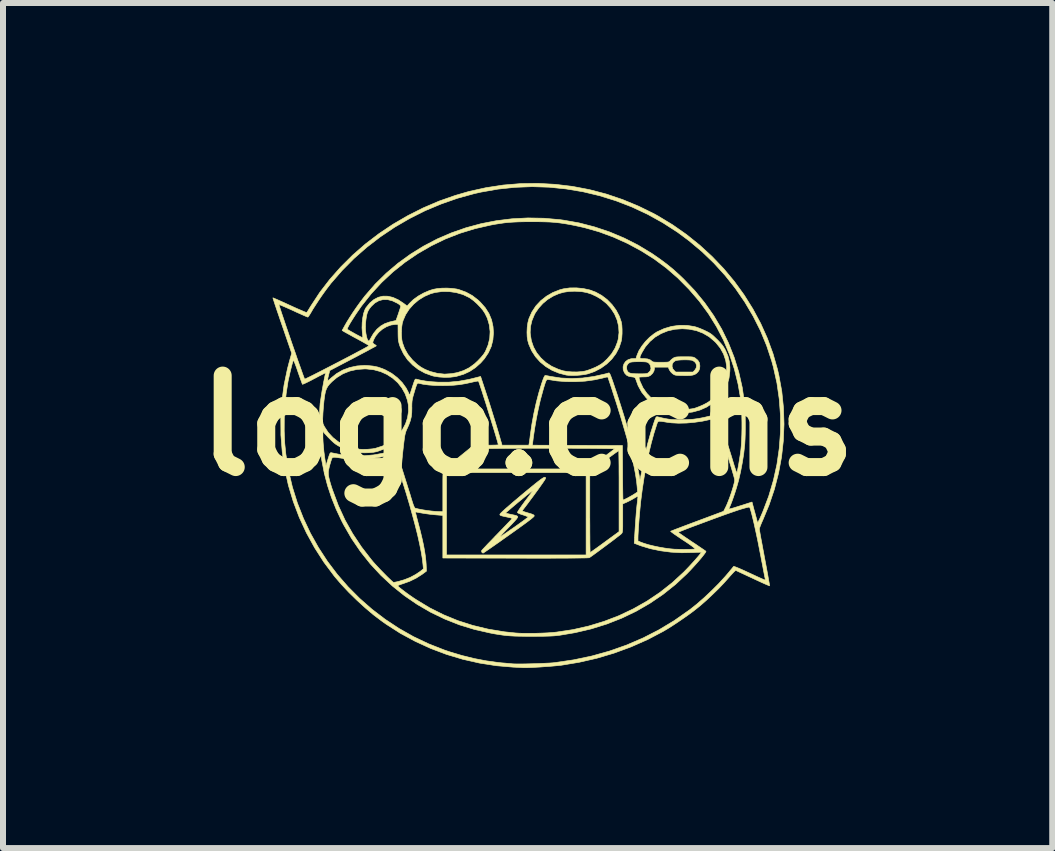
<source format=kicad_pcb>
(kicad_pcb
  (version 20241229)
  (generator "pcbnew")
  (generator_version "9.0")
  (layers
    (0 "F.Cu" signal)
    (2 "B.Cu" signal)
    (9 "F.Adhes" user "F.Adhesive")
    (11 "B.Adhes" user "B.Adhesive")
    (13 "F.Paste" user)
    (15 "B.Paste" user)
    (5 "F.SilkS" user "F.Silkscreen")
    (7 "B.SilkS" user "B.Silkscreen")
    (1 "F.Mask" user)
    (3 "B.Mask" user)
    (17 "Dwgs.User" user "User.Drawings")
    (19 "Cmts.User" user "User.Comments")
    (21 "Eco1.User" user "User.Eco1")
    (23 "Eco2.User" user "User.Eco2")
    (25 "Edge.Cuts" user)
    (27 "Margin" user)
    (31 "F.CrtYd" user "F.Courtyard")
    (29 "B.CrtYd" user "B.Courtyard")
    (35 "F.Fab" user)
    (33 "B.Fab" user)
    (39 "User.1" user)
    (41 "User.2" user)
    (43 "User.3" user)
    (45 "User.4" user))
  (footprint "logo.cchs"
    (layer "F.Cu")
    (at 5.74 4.042)
    (property "Reference" "logo.cchs" (at 0 0 0) (layer "F.SilkS") (effects (font (size 1.524 1.524) (thickness 0.3))))
    (attr through_hole)
    (fp_poly (pts (xy 0.927 -2.285) (xy 1.037 -2.261) (xy 1.134 -2.225) (xy 1.234 -2.17) (xy 1.326 -2.1) (xy 1.407 -2.017) (xy 1.475 -1.925) (xy 1.527 -1.826) (xy 1.56 -1.732) (xy 1.57 -1.676) (xy 1.574 -1.607) (xy 1.574 -1.534) (xy 1.569 -1.464) (xy 1.56 -1.408) (xy 1.525 -1.301) (xy 1.472 -1.201) (xy 1.403 -1.109) (xy 1.319 -1.028) (xy 1.222 -0.958) (xy 1.114 -0.902) (xy 1.006 -0.864) (xy 0.952 -0.852) (xy 0.886 -0.844) (xy 0.815 -0.838) (xy 0.745 -0.836) (xy 0.682 -0.839) (xy 0.645 -0.843) (xy 0.522 -0.875) (xy 0.408 -0.922) (xy 0.303 -0.985) (xy 0.211 -1.06) (xy 0.132 -1.148) (xy 0.068 -1.247) (xy 0.021 -1.354) (xy 0.004 -1.412) (xy -0.007 -1.479) (xy -0.01 -1.556) (xy 0.043 -1.556) (xy 0.045 -1.525) (xy 0.063 -1.414) (xy 0.099 -1.31) (xy 0.152 -1.214) (xy 0.222 -1.128) (xy 0.305 -1.052) (xy 0.402 -0.989) (xy 0.512 -0.94) (xy 0.589 -0.915) (xy 0.659 -0.902) (xy 0.739 -0.896) (xy 0.824 -0.895) (xy 0.904 -0.901) (xy 0.958 -0.91) (xy 0.999 -0.922) (xy 1.05 -0.94) (xy 1.104 -0.962) (xy 1.136 -0.976) (xy 1.188 -1.003) (xy 1.229 -1.028) (xy 1.266 -1.056) (xy 1.306 -1.093) (xy 1.324 -1.11) (xy 1.401 -1.199) (xy 1.459 -1.295) (xy 1.499 -1.398) (xy 1.51 -1.443) (xy 1.523 -1.551) (xy 1.516 -1.658) (xy 1.491 -1.761) (xy 1.449 -1.86) (xy 1.39 -1.951) (xy 1.316 -2.034) (xy 1.227 -2.106) (xy 1.148 -2.153) (xy 1.065 -2.192) (xy 0.985 -2.218) (xy 0.902 -2.233) (xy 0.808 -2.239) (xy 0.782 -2.24) (xy 0.686 -2.236) (xy 0.602 -2.223) (xy 0.523 -2.201) (xy 0.441 -2.166) (xy 0.412 -2.151) (xy 0.331 -2.101) (xy 0.254 -2.036) (xy 0.186 -1.961) (xy 0.13 -1.881) (xy 0.113 -1.849) (xy 0.072 -1.75) (xy 0.049 -1.653) (xy 0.043 -1.556) (xy -0.01 -1.556) (xy -0.01 -1.558) (xy -0.006 -1.64) (xy 0.005 -1.718) (xy 0.023 -1.786) (xy 0.023 -1.786) (xy 0.072 -1.895) (xy 0.138 -1.995) (xy 0.219 -2.082) (xy 0.314 -2.157) (xy 0.42 -2.218) (xy 0.536 -2.264) (xy 0.597 -2.28) (xy 0.701 -2.295) (xy 0.813 -2.296) (xy 0.927 -2.285)) (stroke (width 0.01) (type solid)) (fill yes) (layer "F.SilkS"))
    (fp_poly (pts (xy 0.294 0.86) (xy 0.298 0.867) (xy 0.299 0.879) (xy 0.293 0.891) (xy 0.277 0.917) (xy 0.251 0.955) (xy 0.218 1.002) (xy 0.179 1.057) (xy 0.135 1.117) (xy 0.09 1.179) (xy 0.042 1.243) (xy -0.004 1.305) (xy -0.049 1.364) (xy -0.084 1.41) (xy -0.088 1.415) (xy -0.089 1.42) (xy -0.083 1.424) (xy -0.068 1.43) (xy -0.041 1.439) (xy 0.002 1.452) (xy 0.023 1.458) (xy 0.066 1.471) (xy 0.092 1.482) (xy 0.106 1.49) (xy 0.11 1.5) (xy 0.11 1.506) (xy 0.103 1.516) (xy 0.083 1.534) (xy 0.051 1.56) (xy 0.004 1.596) (xy -0.057 1.641) (xy -0.133 1.696) (xy -0.225 1.762) (xy -0.314 1.825) (xy -0.396 1.883) (xy -0.473 1.938) (xy -0.543 1.987) (xy -0.606 2.031) (xy -0.658 2.067) (xy -0.699 2.095) (xy -0.727 2.114) (xy -0.741 2.123) (xy -0.742 2.123) (xy -0.754 2.117) (xy -0.762 2.109) (xy -0.768 2.09) (xy -0.766 2.081) (xy -0.757 2.071) (xy -0.736 2.048) (xy -0.704 2.014) (xy -0.663 1.97) (xy -0.614 1.92) (xy -0.559 1.863) (xy -0.549 1.852) (xy -0.461 1.852) (xy -0.459 1.855) (xy -0.456 1.853) (xy -0.443 1.845) (xy -0.417 1.827) (xy -0.378 1.8) (xy -0.33 1.767) (xy -0.275 1.728) (xy -0.215 1.687) (xy -0.156 1.645) (xy -0.103 1.607) (xy -0.057 1.574) (xy -0.022 1.547) (xy 0.001 1.53) (xy 0.01 1.522) (xy 0.01 1.522) (xy 0.001 1.516) (xy -0.023 1.506) (xy -0.058 1.493) (xy -0.077 1.487) (xy -0.116 1.474) (xy -0.148 1.461) (xy -0.166 1.45) (xy -0.169 1.447) (xy -0.165 1.435) (xy -0.15 1.41) (xy -0.126 1.374) (xy -0.095 1.33) (xy -0.059 1.281) (xy -0.054 1.273) (xy -0.007 1.212) (xy 0.028 1.165) (xy 0.053 1.131) (xy 0.069 1.108) (xy 0.077 1.095) (xy 0.079 1.089) (xy 0.075 1.09) (xy 0.066 1.095) (xy 0.063 1.097) (xy 0.046 1.11) (xy 0.018 1.133) (xy -0.02 1.163) (xy -0.064 1.2) (xy -0.113 1.24) (xy -0.163 1.281) (xy -0.213 1.323) (xy -0.259 1.362) (xy -0.3 1.397) (xy -0.333 1.425) (xy -0.356 1.445) (xy -0.365 1.454) (xy -0.365 1.454) (xy -0.356 1.459) (xy -0.331 1.466) (xy -0.295 1.474) (xy -0.267 1.48) (xy -0.22 1.49) (xy -0.189 1.498) (xy -0.172 1.507) (xy -0.165 1.516) (xy -0.164 1.518) (xy -0.169 1.532) (xy -0.186 1.557) (xy -0.218 1.593) (xy -0.264 1.642) (xy -0.286 1.665) (xy -0.348 1.728) (xy -0.395 1.777) (xy -0.429 1.814) (xy -0.451 1.839) (xy -0.461 1.852) (xy -0.549 1.852) (xy -0.509 1.811) (xy -0.451 1.751) (xy -0.397 1.695) (xy -0.35 1.646) (xy -0.311 1.605) (xy -0.281 1.574) (xy -0.262 1.553) (xy -0.257 1.546) (xy -0.265 1.542) (xy -0.289 1.534) (xy -0.325 1.526) (xy -0.358 1.519) (xy -0.405 1.509) (xy -0.436 1.501) (xy -0.453 1.494) (xy -0.461 1.486) (xy -0.462 1.478) (xy -0.456 1.468) (xy -0.438 1.448) (xy -0.407 1.419) (xy -0.363 1.379) (xy -0.304 1.328) (xy -0.231 1.265) (xy -0.143 1.191) (xy -0.102 1.156) (xy -0.012 1.081) (xy 0.064 1.019) (xy 0.126 0.968) (xy 0.177 0.928) (xy 0.217 0.898) (xy 0.247 0.877) (xy 0.27 0.864) (xy 0.285 0.859) (xy 0.294 0.86)) (stroke (width 0.01) (type solid)) (fill yes) (layer "F.SilkS"))
    (fp_poly (pts (xy 2.656 -1.671) (xy 2.781 -1.651) (xy 2.82 -1.639) (xy 2.869 -1.621) (xy 2.921 -1.599) (xy 2.956 -1.583) (xy 3.003 -1.56) (xy 3.04 -1.539) (xy 3.072 -1.516) (xy 3.105 -1.487) (xy 3.144 -1.449) (xy 3.16 -1.434) (xy 3.205 -1.387) (xy 3.238 -1.349) (xy 3.264 -1.313) (xy 3.287 -1.275) (xy 3.3 -1.249) (xy 3.339 -1.157) (xy 3.362 -1.066) (xy 3.371 -0.971) (xy 3.37 -0.909) (xy 3.356 -0.793) (xy 3.324 -0.686) (xy 3.273 -0.585) (xy 3.203 -0.49) (xy 3.177 -0.461) (xy 3.086 -0.378) (xy 2.983 -0.31) (xy 2.87 -0.26) (xy 2.748 -0.227) (xy 2.619 -0.212) (xy 2.49 -0.215) (xy 2.366 -0.236) (xy 2.248 -0.275) (xy 2.136 -0.334) (xy 2.068 -0.381) (xy 1.977 -0.463) (xy 1.901 -0.558) (xy 1.842 -0.665) (xy 1.801 -0.777) (xy 1.794 -0.795) (xy 1.782 -0.805) (xy 1.776 -0.807) (xy 1.856 -0.807) (xy 1.857 -0.795) (xy 1.863 -0.769) (xy 1.874 -0.736) (xy 1.874 -0.736) (xy 1.922 -0.632) (xy 1.987 -0.539) (xy 2.066 -0.456) (xy 2.158 -0.386) (xy 2.261 -0.33) (xy 2.373 -0.29) (xy 2.44 -0.275) (xy 2.487 -0.27) (xy 2.547 -0.268) (xy 2.614 -0.27) (xy 2.68 -0.274) (xy 2.739 -0.281) (xy 2.779 -0.289) (xy 2.815 -0.301) (xy 2.862 -0.319) (xy 2.911 -0.34) (xy 2.936 -0.352) (xy 2.984 -0.377) (xy 3.024 -0.402) (xy 3.062 -0.432) (xy 3.104 -0.471) (xy 3.12 -0.487) (xy 3.164 -0.532) (xy 3.197 -0.571) (xy 3.223 -0.61) (xy 3.247 -0.654) (xy 3.25 -0.66) (xy 3.292 -0.767) (xy 3.314 -0.875) (xy 3.317 -0.984) (xy 3.3 -1.09) (xy 3.265 -1.193) (xy 3.212 -1.29) (xy 3.14 -1.38) (xy 3.118 -1.402) (xy 3.025 -1.481) (xy 2.922 -1.541) (xy 2.811 -1.584) (xy 2.689 -1.608) (xy 2.576 -1.615) (xy 2.452 -1.606) (xy 2.334 -1.579) (xy 2.225 -1.535) (xy 2.125 -1.476) (xy 2.037 -1.401) (xy 1.962 -1.313) (xy 1.911 -1.229) (xy 1.887 -1.183) (xy 1.874 -1.152) (xy 1.872 -1.132) (xy 1.881 -1.122) (xy 1.903 -1.118) (xy 1.936 -1.118) (xy 1.999 -1.112) (xy 2.045 -1.095) (xy 2.072 -1.073) (xy 2.081 -1.066) (xy 2.098 -1.061) (xy 2.125 -1.058) (xy 2.166 -1.057) (xy 2.22 -1.057) (xy 2.275 -1.057) (xy 2.314 -1.058) (xy 2.339 -1.06) (xy 2.355 -1.064) (xy 2.365 -1.07) (xy 2.374 -1.08) (xy 2.375 -1.081) (xy 2.397 -1.103) (xy 2.425 -1.124) (xy 2.429 -1.127) (xy 2.445 -1.135) (xy 2.462 -1.141) (xy 2.485 -1.145) (xy 2.518 -1.147) (xy 2.564 -1.148) (xy 2.612 -1.148) (xy 2.671 -1.148) (xy 2.713 -1.147) (xy 2.742 -1.145) (xy 2.763 -1.141) (xy 2.779 -1.134) (xy 2.794 -1.126) (xy 2.794 -1.125) (xy 2.836 -1.09) (xy 2.86 -1.053) (xy 2.869 -1.007) (xy 2.87 -0.991) (xy 2.866 -0.951) (xy 2.855 -0.921) (xy 2.842 -0.901) (xy 2.818 -0.875) (xy 2.79 -0.856) (xy 2.754 -0.843) (xy 2.707 -0.836) (xy 2.646 -0.834) (xy 2.588 -0.835) (xy 2.533 -0.836) (xy 2.494 -0.838) (xy 2.467 -0.841) (xy 2.447 -0.847) (xy 2.432 -0.855) (xy 2.416 -0.866) (xy 2.413 -0.868) (xy 2.386 -0.895) (xy 2.364 -0.927) (xy 2.359 -0.936) (xy 2.344 -0.975) (xy 2.113 -0.975) (xy 2.113 -0.947) (xy 2.105 -0.91) (xy 2.082 -0.871) (xy 2.049 -0.84) (xy 2.04 -0.833) (xy 2.012 -0.821) (xy 1.977 -0.814) (xy 1.935 -0.813) (xy 1.898 -0.812) (xy 1.87 -0.81) (xy 1.857 -0.807) (xy 1.856 -0.807) (xy 1.776 -0.807) (xy 1.76 -0.81) (xy 1.737 -0.813) (xy 1.687 -0.822) (xy 1.65 -0.84) (xy 1.622 -0.87) (xy 1.613 -0.883) (xy 1.593 -0.932) (xy 1.592 -0.962) (xy 1.648 -0.962) (xy 1.657 -0.921) (xy 1.66 -0.916) (xy 1.673 -0.896) (xy 1.691 -0.882) (xy 1.716 -0.873) (xy 1.751 -0.867) (xy 1.801 -0.865) (xy 1.857 -0.864) (xy 1.911 -0.864) (xy 1.949 -0.865) (xy 1.975 -0.867) (xy 1.993 -0.871) (xy 2.006 -0.878) (xy 2.019 -0.889) (xy 2.023 -0.892) (xy 2.046 -0.919) (xy 2.055 -0.95) (xy 2.055 -0.957) (xy 2.05 -0.987) (xy 2.407 -0.987) (xy 2.419 -0.948) (xy 2.438 -0.924) (xy 2.467 -0.894) (xy 2.755 -0.894) (xy 2.785 -0.924) (xy 2.808 -0.96) (xy 2.815 -0.999) (xy 2.805 -1.036) (xy 2.781 -1.067) (xy 2.744 -1.088) (xy 2.732 -1.091) (xy 2.696 -1.095) (xy 2.649 -1.097) (xy 2.598 -1.097) (xy 2.547 -1.095) (xy 2.503 -1.091) (xy 2.471 -1.085) (xy 2.464 -1.083) (xy 2.43 -1.059) (xy 2.41 -1.025) (xy 2.407 -0.987) (xy 2.05 -0.987) (xy 2.048 -0.998) (xy 2.028 -1.034) (xy 1.997 -1.056) (xy 1.995 -1.057) (xy 1.971 -1.062) (xy 1.933 -1.065) (xy 1.885 -1.066) (xy 1.834 -1.066) (xy 1.784 -1.065) (xy 1.742 -1.062) (xy 1.713 -1.057) (xy 1.708 -1.056) (xy 1.675 -1.034) (xy 1.654 -1.001) (xy 1.648 -0.962) (xy 1.592 -0.962) (xy 1.591 -0.982) (xy 1.605 -1.028) (xy 1.632 -1.068) (xy 1.672 -1.098) (xy 1.722 -1.115) (xy 1.752 -1.118) (xy 1.805 -1.118) (xy 1.822 -1.171) (xy 1.854 -1.248) (xy 1.903 -1.326) (xy 1.964 -1.403) (xy 2.033 -1.473) (xy 2.108 -1.532) (xy 2.154 -1.562) (xy 2.274 -1.617) (xy 2.398 -1.654) (xy 2.527 -1.672) (xy 2.656 -1.671)) (stroke (width 0.01) (type solid)) (fill yes) (layer "F.SilkS"))
    (fp_poly (pts (xy 0.46 -4.021) (xy 0.746 -3.987) (xy 1.029 -3.933) (xy 1.308 -3.86) (xy 1.583 -3.767) (xy 1.851 -3.656) (xy 2.113 -3.527) (xy 2.169 -3.496) (xy 2.414 -3.348) (xy 2.647 -3.185) (xy 2.867 -3.008) (xy 3.074 -2.818) (xy 3.267 -2.616) (xy 3.445 -2.403) (xy 3.607 -2.179) (xy 3.753 -1.946) (xy 3.883 -1.704) (xy 3.995 -1.455) (xy 4.089 -1.198) (xy 4.164 -0.936) (xy 4.186 -0.84) (xy 4.235 -0.571) (xy 4.263 -0.299) (xy 4.272 -0.026) (xy 4.261 0.248) (xy 4.231 0.52) (xy 4.181 0.79) (xy 4.112 1.058) (xy 4.023 1.321) (xy 3.921 1.567) (xy 3.899 1.616) (xy 3.881 1.66) (xy 3.868 1.695) (xy 3.861 1.716) (xy 3.861 1.72) (xy 3.863 1.734) (xy 3.868 1.766) (xy 3.876 1.813) (xy 3.887 1.875) (xy 3.901 1.947) (xy 3.916 2.03) (xy 3.933 2.12) (xy 3.948 2.202) (xy 3.966 2.296) (xy 3.982 2.383) (xy 3.997 2.463) (xy 4.009 2.532) (xy 4.019 2.589) (xy 4.027 2.632) (xy 4.031 2.659) (xy 4.031 2.668) (xy 4.021 2.665) (xy 3.995 2.654) (xy 3.955 2.637) (xy 3.904 2.614) (xy 3.843 2.586) (xy 3.776 2.555) (xy 3.753 2.544) (xy 3.684 2.512) (xy 3.62 2.482) (xy 3.564 2.456) (xy 3.519 2.435) (xy 3.487 2.42) (xy 3.471 2.412) (xy 3.469 2.412) (xy 3.459 2.417) (xy 3.438 2.436) (xy 3.41 2.466) (xy 3.376 2.503) (xy 3.355 2.527) (xy 3.275 2.617) (xy 3.183 2.714) (xy 3.083 2.811) (xy 2.982 2.906) (xy 2.883 2.993) (xy 2.824 3.041) (xy 2.757 3.094) (xy 2.678 3.152) (xy 2.591 3.213) (xy 2.502 3.274) (xy 2.414 3.332) (xy 2.332 3.384) (xy 2.262 3.425) (xy 2.261 3.426) (xy 1.998 3.564) (xy 1.724 3.685) (xy 1.441 3.789) (xy 1.152 3.875) (xy 0.859 3.942) (xy 0.563 3.991) (xy 0.547 3.993) (xy 0.497 3.998) (xy 0.435 4.004) (xy 0.364 4.01) (xy 0.288 4.015) (xy 0.211 4.021) (xy 0.136 4.025) (xy 0.067 4.029) (xy 0.008 4.031) (xy -0.038 4.032) (xy -0.066 4.032) (xy -0.083 4.031) (xy -0.116 4.029) (xy -0.161 4.027) (xy -0.214 4.024) (xy -0.239 4.023) (xy -0.522 3.999) (xy -0.802 3.955) (xy -1.079 3.892) (xy -1.35 3.811) (xy -1.615 3.711) (xy -1.872 3.593) (xy -2.12 3.459) (xy -2.357 3.307) (xy -2.433 3.253) (xy -2.569 3.15) (xy -2.707 3.033) (xy -2.845 2.907) (xy -2.978 2.777) (xy -3.102 2.645) (xy -3.211 2.518) (xy -3.222 2.504) (xy -3.394 2.274) (xy -3.548 2.034) (xy -3.685 1.785) (xy -3.804 1.528) (xy -3.904 1.264) (xy -3.985 0.995) (xy -4.046 0.72) (xy -4.048 0.711) (xy -4.088 0.435) (xy -4.11 0.156) (xy -4.11 0.089) (xy -4.055 0.089) (xy -4.046 0.294) (xy -4.028 0.472) (xy -3.983 0.75) (xy -3.919 1.022) (xy -3.836 1.287) (xy -3.735 1.544) (xy -3.618 1.792) (xy -3.484 2.031) (xy -3.335 2.26) (xy -3.17 2.478) (xy -2.991 2.684) (xy -2.798 2.878) (xy -2.592 3.059) (xy -2.373 3.226) (xy -2.143 3.378) (xy -1.901 3.515) (xy -1.648 3.635) (xy -1.386 3.738) (xy -1.297 3.768) (xy -1.097 3.828) (xy -0.892 3.879) (xy -0.688 3.918) (xy -0.492 3.945) (xy -0.427 3.952) (xy -0.374 3.956) (xy -0.324 3.961) (xy -0.284 3.964) (xy -0.259 3.967) (xy -0.224 3.969) (xy -0.172 3.97) (xy -0.107 3.97) (xy -0.032 3.969) (xy 0.049 3.967) (xy 0.132 3.965) (xy 0.214 3.962) (xy 0.292 3.958) (xy 0.361 3.955) (xy 0.419 3.951) (xy 0.457 3.947) (xy 0.769 3.901) (xy 1.072 3.837) (xy 1.365 3.755) (xy 1.649 3.655) (xy 1.923 3.537) (xy 2.187 3.402) (xy 2.441 3.249) (xy 2.685 3.078) (xy 2.697 3.07) (xy 2.819 2.973) (xy 2.944 2.864) (xy 3.068 2.747) (xy 3.187 2.628) (xy 3.294 2.511) (xy 3.347 2.449) (xy 3.378 2.411) (xy 3.405 2.379) (xy 3.424 2.355) (xy 3.433 2.344) (xy 3.434 2.344) (xy 3.444 2.346) (xy 3.471 2.356) (xy 3.511 2.372) (xy 3.562 2.394) (xy 3.622 2.421) (xy 3.688 2.452) (xy 3.691 2.453) (xy 3.758 2.484) (xy 3.818 2.512) (xy 3.871 2.536) (xy 3.912 2.554) (xy 3.94 2.566) (xy 3.953 2.57) (xy 3.953 2.57) (xy 3.96 2.563) (xy 3.959 2.553) (xy 3.956 2.539) (xy 3.949 2.508) (xy 3.94 2.461) (xy 3.928 2.401) (xy 3.915 2.329) (xy 3.899 2.249) (xy 3.883 2.162) (xy 3.876 2.129) (xy 3.855 2.02) (xy 3.834 1.913) (xy 3.812 1.81) (xy 3.791 1.713) (xy 3.771 1.623) (xy 3.752 1.544) (xy 3.735 1.475) (xy 3.72 1.421) (xy 3.708 1.381) (xy 3.699 1.36) (xy 3.697 1.357) (xy 3.685 1.357) (xy 3.655 1.363) (xy 3.61 1.375) (xy 3.552 1.392) (xy 3.508 1.406) (xy 3.461 1.422) (xy 3.403 1.442) (xy 3.334 1.466) (xy 3.258 1.493) (xy 3.176 1.523) (xy 3.091 1.554) (xy 3.005 1.586) (xy 2.919 1.618) (xy 2.836 1.649) (xy 2.757 1.678) (xy 2.686 1.705) (xy 2.624 1.729) (xy 2.574 1.749) (xy 2.537 1.764) (xy 2.515 1.774) (xy 2.51 1.777) (xy 2.518 1.784) (xy 2.541 1.8) (xy 2.577 1.825) (xy 2.623 1.857) (xy 2.677 1.893) (xy 2.737 1.934) (xy 2.739 1.935) (xy 2.8 1.975) (xy 2.854 2.012) (xy 2.901 2.044) (xy 2.938 2.069) (xy 2.962 2.086) (xy 2.972 2.093) (xy 2.972 2.093) (xy 2.968 2.105) (xy 2.952 2.129) (xy 2.926 2.163) (xy 2.892 2.206) (xy 2.851 2.254) (xy 2.806 2.305) (xy 2.758 2.358) (xy 2.71 2.41) (xy 2.663 2.458) (xy 2.657 2.465) (xy 2.463 2.646) (xy 2.256 2.811) (xy 2.038 2.959) (xy 1.808 3.092) (xy 1.568 3.207) (xy 1.318 3.305) (xy 1.058 3.386) (xy 0.789 3.449) (xy 0.533 3.492) (xy 0.488 3.497) (xy 0.44 3.502) (xy 0.385 3.505) (xy 0.322 3.507) (xy 0.248 3.509) (xy 0.158 3.509) (xy 0.066 3.51) (xy -0.043 3.509) (xy -0.135 3.508) (xy -0.215 3.506) (xy -0.286 3.502) (xy -0.352 3.497) (xy -0.416 3.489) (xy -0.484 3.479) (xy -0.557 3.467) (xy -0.63 3.453) (xy -0.888 3.394) (xy -1.139 3.317) (xy -1.381 3.221) (xy -1.615 3.108) (xy -1.839 2.978) (xy -2.052 2.832) (xy -2.254 2.67) (xy -2.256 2.668) (xy -2.164 2.668) (xy -2.155 2.679) (xy -2.132 2.699) (xy -2.098 2.726) (xy -2.055 2.759) (xy -2.007 2.795) (xy -1.955 2.832) (xy -1.903 2.868) (xy -1.854 2.9) (xy -1.631 3.035) (xy -1.399 3.151) (xy -1.16 3.249) (xy -0.912 3.328) (xy -0.655 3.39) (xy -0.389 3.434) (xy -0.198 3.454) (xy -0.132 3.458) (xy -0.051 3.46) (xy 0.04 3.46) (xy 0.137 3.459) (xy 0.235 3.456) (xy 0.328 3.452) (xy 0.412 3.446) (xy 0.482 3.439) (xy 0.483 3.439) (xy 0.755 3.398) (xy 1.019 3.338) (xy 1.275 3.26) (xy 1.523 3.165) (xy 1.761 3.052) (xy 1.989 2.923) (xy 2.205 2.778) (xy 2.41 2.616) (xy 2.602 2.439) (xy 2.645 2.395) (xy 2.69 2.348) (xy 2.735 2.299) (xy 2.778 2.252) (xy 2.817 2.207) (xy 2.851 2.168) (xy 2.876 2.137) (xy 2.891 2.117) (xy 2.894 2.108) (xy 2.883 2.108) (xy 2.856 2.109) (xy 2.816 2.11) (xy 2.767 2.113) (xy 2.753 2.113) (xy 2.569 2.117) (xy 2.387 2.107) (xy 2.212 2.084) (xy 2.045 2.049) (xy 1.892 2.003) (xy 1.86 1.991) (xy 1.777 1.959) (xy 1.779 1.921) (xy 1.839 1.921) (xy 1.886 1.941) (xy 1.944 1.962) (xy 2.017 1.984) (xy 2.1 2.004) (xy 2.19 2.023) (xy 2.282 2.039) (xy 2.37 2.051) (xy 2.413 2.055) (xy 2.448 2.058) (xy 2.494 2.059) (xy 2.546 2.06) (xy 2.602 2.061) (xy 2.658 2.06) (xy 2.708 2.06) (xy 2.75 2.058) (xy 2.779 2.056) (xy 2.791 2.054) (xy 2.788 2.046) (xy 2.766 2.028) (xy 2.728 1.999) (xy 2.674 1.961) (xy 2.603 1.914) (xy 2.59 1.906) (xy 2.532 1.867) (xy 2.481 1.832) (xy 2.438 1.803) (xy 2.406 1.779) (xy 2.387 1.764) (xy 2.383 1.759) (xy 2.393 1.755) (xy 2.421 1.744) (xy 2.463 1.727) (xy 2.519 1.706) (xy 2.587 1.68) (xy 2.664 1.651) (xy 2.749 1.619) (xy 2.827 1.59) (xy 3.266 1.426) (xy 3.304 1.35) (xy 3.324 1.306) (xy 3.346 1.251) (xy 3.369 1.191) (xy 3.391 1.128) (xy 3.411 1.066) (xy 3.428 1.009) (xy 3.441 0.959) (xy 3.449 0.922) (xy 3.45 0.899) (xy 3.45 0.899) (xy 3.444 0.874) (xy 3.433 0.833) (xy 3.417 0.778) (xy 3.398 0.713) (xy 3.375 0.639) (xy 3.351 0.558) (xy 3.324 0.473) (xy 3.297 0.386) (xy 3.269 0.3) (xy 3.242 0.215) (xy 3.217 0.136) (xy 3.193 0.063) (xy 3.172 0.000332) (xy 3.154 -0.051) (xy 3.141 -0.089) (xy 3.132 -0.111) (xy 3.13 -0.115) (xy 3.117 -0.116) (xy 3.09 -0.113) (xy 3.053 -0.106) (xy 3.042 -0.103) (xy 2.914 -0.075) (xy 2.78 -0.056) (xy 2.647 -0.044) (xy 2.518 -0.041) (xy 2.399 -0.047) (xy 2.327 -0.056) (xy 2.268 -0.066) (xy 2.227 -0.072) (xy 2.198 -0.074) (xy 2.18 -0.071) (xy 2.169 -0.062) (xy 2.161 -0.047) (xy 2.154 -0.025) (xy 2.152 -0.02) (xy 2.105 0.127) (xy 2.06 0.291) (xy 2.017 0.469) (xy 1.978 0.659) (xy 1.942 0.856) (xy 1.911 1.059) (xy 1.885 1.26) (xy 1.879 1.321) (xy 1.872 1.393) (xy 1.865 1.471) (xy 1.858 1.552) (xy 1.852 1.631) (xy 1.847 1.706) (xy 1.843 1.772) (xy 1.84 1.825) (xy 1.839 1.862) (xy 1.839 1.862) (xy 1.839 1.921) (xy 1.779 1.921) (xy 1.783 1.851) (xy 1.793 1.689) (xy 1.803 1.548) (xy 1.812 1.428) (xy 1.822 1.327) (xy 1.824 1.311) (xy 1.83 1.262) (xy 1.834 1.221) (xy 1.838 1.191) (xy 1.839 1.177) (xy 1.839 1.176) (xy 1.831 1.178) (xy 1.81 1.188) (xy 1.781 1.205) (xy 1.775 1.209) (xy 1.732 1.234) (xy 1.683 1.259) (xy 1.648 1.276) (xy 1.585 1.303) (xy 1.585 1.54) (xy 1.585 1.615) (xy 1.585 1.673) (xy 1.584 1.716) (xy 1.582 1.747) (xy 1.579 1.768) (xy 1.576 1.782) (xy 1.57 1.792) (xy 1.563 1.8) (xy 1.562 1.801) (xy 1.55 1.812) (xy 1.523 1.833) (xy 1.485 1.862) (xy 1.439 1.898) (xy 1.386 1.938) (xy 1.328 1.981) (xy 1.27 2.024) (xy 1.212 2.067) (xy 1.158 2.107) (xy 1.11 2.142) (xy 1.07 2.171) (xy 1.041 2.191) (xy 1.028 2.2) (xy 1.015 2.201) (xy 0.981 2.203) (xy 0.928 2.204) (xy 0.855 2.205) (xy 0.763 2.206) (xy 0.651 2.207) (xy 0.519 2.207) (xy 0.369 2.208) (xy 0.2 2.208) (xy 0.012 2.208) (xy -0.194 2.207) (xy -0.201 2.207) (xy -1.412 2.205) (xy -1.412 1.495) (xy -1.501 1.488) (xy -1.559 1.483) (xy -1.625 1.476) (xy -1.692 1.467) (xy -1.755 1.457) (xy -1.807 1.448) (xy -1.83 1.444) (xy -1.854 1.439) (xy -1.868 1.438) (xy -1.869 1.439) (xy -1.867 1.449) (xy -1.86 1.477) (xy -1.85 1.517) (xy -1.837 1.567) (xy -1.825 1.613) (xy -1.788 1.755) (xy -1.758 1.88) (xy -1.734 1.99) (xy -1.716 2.088) (xy -1.703 2.175) (xy -1.694 2.255) (xy -1.69 2.311) (xy -1.685 2.423) (xy -1.758 2.477) (xy -1.857 2.54) (xy -1.966 2.593) (xy -2.078 2.633) (xy -2.081 2.634) (xy -2.118 2.646) (xy -2.147 2.657) (xy -2.162 2.666) (xy -2.164 2.668) (xy -2.256 2.668) (xy -2.444 2.493) (xy -2.621 2.302) (xy -2.784 2.097) (xy -2.933 1.879) (xy -3.066 1.648) (xy -3.098 1.586) (xy -3.19 1.39) (xy -3.268 1.195) (xy -3.333 0.998) (xy -3.387 0.793) (xy -3.387 0.792) (xy -3.32 0.792) (xy -3.318 0.825) (xy -3.311 0.864) (xy -3.299 0.913) (xy -3.282 0.973) (xy -3.258 1.048) (xy -3.246 1.082) (xy -3.153 1.331) (xy -3.043 1.57) (xy -2.914 1.8) (xy -2.767 2.021) (xy -2.602 2.234) (xy -2.571 2.271) (xy -2.538 2.308) (xy -2.499 2.35) (xy -2.456 2.396) (xy -2.41 2.443) (xy -2.366 2.488) (xy -2.324 2.53) (xy -2.287 2.565) (xy -2.258 2.592) (xy -2.239 2.608) (xy -2.233 2.611) (xy -2.219 2.609) (xy -2.191 2.604) (xy -2.155 2.596) (xy -2.151 2.595) (xy -2.052 2.566) (xy -1.954 2.527) (xy -1.863 2.478) (xy -1.784 2.425) (xy -1.78 2.421) (xy -1.736 2.385) (xy -1.743 2.313) (xy -1.754 2.216) (xy -1.773 2.102) (xy -1.799 1.972) (xy -1.831 1.827) (xy -1.87 1.671) (xy -1.915 1.503) (xy -1.964 1.325) (xy -2.019 1.139) (xy -2.079 0.947) (xy -2.142 0.75) (xy -2.164 0.686) (xy -2.102 0.686) (xy -2.027 0.925) (xy -2.004 0.998) (xy -1.981 1.072) (xy -1.959 1.141) (xy -1.941 1.202) (xy -1.926 1.25) (xy -1.921 1.267) (xy -1.903 1.321) (xy -1.888 1.356) (xy -1.876 1.373) (xy -1.872 1.375) (xy -1.818 1.388) (xy -1.751 1.401) (xy -1.676 1.413) (xy -1.601 1.422) (xy -1.531 1.429) (xy -1.481 1.431) (xy -1.412 1.433) (xy -1.412 1.077) (xy -1.412 0.978) (xy -1.412 0.899) (xy -1.411 0.836) (xy -1.409 0.789) (xy -1.409 0.782) (xy -1.351 0.782) (xy -1.351 2.154) (xy 0.975 2.154) (xy 0.975 1.44) (xy 1.036 1.44) (xy 1.036 1.555) (xy 1.037 1.664) (xy 1.037 1.765) (xy 1.038 1.856) (xy 1.038 1.936) (xy 1.039 2.003) (xy 1.04 2.056) (xy 1.041 2.093) (xy 1.042 2.111) (xy 1.042 2.113) (xy 1.052 2.108) (xy 1.076 2.091) (xy 1.111 2.066) (xy 1.157 2.033) (xy 1.211 1.994) (xy 1.271 1.95) (xy 1.286 1.939) (xy 1.524 1.765) (xy 1.524 1.091) (xy 1.524 0.976) (xy 1.524 0.867) (xy 1.523 0.766) (xy 1.523 0.675) (xy 1.522 0.594) (xy 1.521 0.527) (xy 1.52 0.474) (xy 1.52 0.437) (xy 1.519 0.419) (xy 1.518 0.417) (xy 1.509 0.422) (xy 1.485 0.439) (xy 1.449 0.464) (xy 1.404 0.497) (xy 1.35 0.536) (xy 1.29 0.58) (xy 1.274 0.592) (xy 1.036 0.767) (xy 1.036 1.44) (xy 0.975 1.44) (xy 0.975 0.782) (xy -1.351 0.782) (xy -1.409 0.782) (xy -1.408 0.755) (xy -1.405 0.734) (xy -1.402 0.723) (xy -1.4 0.721) (xy -1.393 0.717) (xy -1.289 0.717) (xy -1.28 0.718) (xy -1.252 0.718) (xy -1.205 0.719) (xy -1.143 0.719) (xy -1.065 0.72) (xy -0.973 0.72) (xy -0.868 0.72) (xy -0.753 0.721) (xy -0.626 0.721) (xy -0.492 0.721) (xy -0.349 0.721) (xy -0.2 0.721) (xy -0.148 0.721) (xy 0.998 0.721) (xy 1.22 0.558) (xy 1.279 0.515) (xy 1.332 0.475) (xy 1.378 0.441) (xy 1.414 0.413) (xy 1.438 0.394) (xy 1.448 0.386) (xy 1.448 0.386) (xy 1.439 0.384) (xy 1.411 0.383) (xy 1.366 0.382) (xy 1.306 0.381) (xy 1.232 0.38) (xy 1.145 0.379) (xy 1.047 0.378) (xy 0.941 0.377) (xy 0.826 0.377) (xy 0.706 0.376) (xy 0.582 0.376) (xy 0.454 0.376) (xy 0.325 0.376) (xy 0.197 0.376) (xy 0.071 0.376) (xy -0.052 0.376) (xy -0.17 0.377) (xy -0.28 0.377) (xy -0.383 0.378) (xy -0.476 0.379) (xy -0.557 0.38) (xy -0.625 0.381) (xy -0.678 0.382) (xy -0.693 0.383) (xy -0.883 0.389) (xy -1.084 0.551) (xy -1.139 0.596) (xy -1.189 0.635) (xy -1.23 0.669) (xy -1.263 0.695) (xy -1.283 0.712) (xy -1.289 0.717) (xy -1.393 0.717) (xy -1.389 0.715) (xy -1.364 0.698) (xy -1.328 0.67) (xy -1.282 0.635) (xy -1.229 0.593) (xy -1.17 0.545) (xy -1.143 0.524) (xy -0.899 0.326) (xy -0.693 0.325) (xy -0.631 0.325) (xy -0.577 0.324) (xy -0.533 0.323) (xy -0.502 0.321) (xy -0.488 0.32) (xy -0.488 0.319) (xy -0.491 0.304) (xy -0.499 0.272) (xy -0.513 0.225) (xy -0.53 0.166) (xy -0.551 0.096) (xy -0.575 0.018) (xy -0.601 -0.066) (xy -0.628 -0.154) (xy -0.656 -0.243) (xy -0.683 -0.332) (xy -0.71 -0.417) (xy -0.736 -0.497) (xy -0.759 -0.57) (xy -0.78 -0.633) (xy -0.797 -0.684) (xy -0.81 -0.721) (xy -0.818 -0.741) (xy -0.819 -0.743) (xy -0.83 -0.743) (xy -0.856 -0.739) (xy -0.893 -0.732) (xy -0.922 -0.725) (xy -1.031 -0.701) (xy -1.132 -0.684) (xy -1.232 -0.674) (xy -1.34 -0.669) (xy -1.417 -0.668) (xy -1.539 -0.67) (xy -1.649 -0.678) (xy -1.744 -0.691) (xy -1.814 -0.707) (xy -1.825 -0.708) (xy -1.834 -0.705) (xy -1.842 -0.694) (xy -1.852 -0.672) (xy -1.864 -0.638) (xy -1.879 -0.589) (xy -1.893 -0.542) (xy -1.909 -0.488) (xy -1.919 -0.446) (xy -1.925 -0.408) (xy -1.928 -0.368) (xy -1.929 -0.317) (xy -1.928 -0.3) (xy -1.93 -0.217) (xy -1.938 -0.147) (xy -1.954 -0.082) (xy -1.979 -0.014) (xy -2.002 0.038) (xy -2.018 0.071) (xy -2.029 0.101) (xy -2.038 0.132) (xy -2.046 0.168) (xy -2.053 0.215) (xy -2.061 0.277) (xy -2.062 0.287) (xy -2.07 0.354) (xy -2.078 0.426) (xy -2.085 0.495) (xy -2.091 0.554) (xy -2.092 0.569) (xy -2.102 0.686) (xy -2.164 0.686) (xy -2.193 0.599) (xy -2.209 0.55) (xy -2.222 0.516) (xy -2.235 0.496) (xy -2.253 0.487) (xy -2.279 0.488) (xy -2.318 0.496) (xy -2.367 0.507) (xy -2.501 0.533) (xy -2.643 0.55) (xy -2.786 0.558) (xy -2.925 0.558) (xy -3.055 0.548) (xy -3.097 0.542) (xy -3.156 0.533) (xy -3.199 0.527) (xy -3.227 0.526) (xy -3.246 0.53) (xy -3.258 0.54) (xy -3.266 0.558) (xy -3.274 0.584) (xy -3.278 0.595) (xy -3.292 0.643) (xy -3.305 0.693) (xy -3.313 0.73) (xy -3.319 0.761) (xy -3.32 0.792) (xy -3.387 0.792) (xy -3.429 0.578) (xy -3.456 0.396) (xy -3.461 0.349) (xy -3.464 0.286) (xy -3.467 0.209) (xy -3.468 0.125) (xy -3.469 0.078) (xy -3.42 0.078) (xy -3.417 0.148) (xy -3.411 0.239) (xy -3.403 0.336) (xy -3.393 0.434) (xy -3.381 0.523) (xy -3.376 0.559) (xy -3.359 0.665) (xy -3.325 0.555) (xy -3.31 0.508) (xy -3.299 0.477) (xy -3.291 0.459) (xy -3.282 0.451) (xy -3.273 0.45) (xy -3.263 0.452) (xy -3.097 0.485) (xy -2.922 0.502) (xy -2.743 0.502) (xy -2.564 0.487) (xy -2.387 0.455) (xy -2.292 0.431) (xy -2.253 0.42) (xy -2.222 0.412) (xy -2.203 0.408) (xy -2.2 0.408) (xy -2.196 0.419) (xy -2.187 0.443) (xy -2.175 0.477) (xy -2.173 0.482) (xy -2.149 0.552) (xy -2.132 0.401) (xy -2.124 0.331) (xy -2.118 0.279) (xy -2.115 0.244) (xy -2.116 0.223) (xy -2.12 0.215) (xy -2.129 0.217) (xy -2.142 0.227) (xy -2.161 0.244) (xy -2.168 0.251) (xy -2.263 0.322) (xy -2.369 0.38) (xy -2.49 0.425) (xy -2.521 0.434) (xy -2.573 0.444) (xy -2.639 0.45) (xy -2.713 0.452) (xy -2.787 0.45) (xy -2.857 0.444) (xy -2.915 0.435) (xy -2.921 0.433) (xy -2.961 0.421) (xy -3.011 0.403) (xy -3.064 0.38) (xy -3.097 0.365) (xy -3.15 0.338) (xy -3.191 0.313) (xy -3.229 0.284) (xy -3.27 0.246) (xy -3.285 0.231) (xy -3.322 0.194) (xy -3.355 0.158) (xy -3.382 0.129) (xy -3.395 0.113) (xy -3.42 0.078) (xy -3.469 0.078) (xy -3.469 0.035) (xy -3.469 -0.044) (xy -3.417 -0.044) (xy -3.384 0.018) (xy -3.322 0.113) (xy -3.244 0.197) (xy -3.153 0.269) (xy -3.05 0.327) (xy -2.939 0.369) (xy -2.891 0.381) (xy -2.823 0.391) (xy -2.744 0.395) (xy -2.662 0.393) (xy -2.585 0.386) (xy -2.535 0.377) (xy -2.415 0.338) (xy -2.308 0.283) (xy -2.212 0.212) (xy -2.156 0.157) (xy -2.086 0.067) (xy -2.034 -0.03) (xy -2 -0.133) (xy -1.984 -0.239) (xy -1.987 -0.346) (xy -2.001 -0.421) (xy -2.039 -0.529) (xy -2.094 -0.628) (xy -2.163 -0.716) (xy -2.247 -0.791) (xy -2.342 -0.853) (xy -2.447 -0.9) (xy -2.56 -0.931) (xy -2.681 -0.945) (xy -2.713 -0.946) (xy -2.842 -0.937) (xy -2.963 -0.91) (xy -3.076 -0.865) (xy -3.178 -0.802) (xy -3.259 -0.734) (xy -3.3 -0.692) (xy -3.329 -0.655) (xy -3.35 -0.617) (xy -3.366 -0.573) (xy -3.378 -0.517) (xy -3.384 -0.475) (xy -3.392 -0.416) (xy -3.399 -0.345) (xy -3.405 -0.271) (xy -3.41 -0.203) (xy -3.41 -0.197) (xy -3.417 -0.044) (xy -3.469 -0.044) (xy -3.469 -0.056) (xy -3.468 -0.143) (xy -3.465 -0.224) (xy -3.462 -0.294) (xy -3.458 -0.35) (xy -3.457 -0.366) (xy -3.448 -0.427) (xy -3.437 -0.5) (xy -3.425 -0.577) (xy -3.411 -0.654) (xy -3.398 -0.726) (xy -3.389 -0.768) (xy -3.331 -0.768) (xy -3.329 -0.754) (xy -3.319 -0.756) (xy -3.298 -0.772) (xy -3.274 -0.794) (xy -3.182 -0.868) (xy -3.078 -0.927) (xy -2.964 -0.969) (xy -2.843 -0.995) (xy -2.717 -1.004) (xy -2.667 -1.002) (xy -2.576 -0.993) (xy -2.496 -0.977) (xy -2.418 -0.95) (xy -2.371 -0.93) (xy -2.265 -0.872) (xy -2.171 -0.8) (xy -2.089 -0.718) (xy -2.024 -0.628) (xy -1.988 -0.559) (xy -1.965 -0.506) (xy -1.92 -0.644) (xy -1.902 -0.699) (xy -1.889 -0.737) (xy -1.879 -0.761) (xy -1.871 -0.773) (xy -1.863 -0.777) (xy -1.856 -0.776) (xy -1.784 -0.758) (xy -1.696 -0.743) (xy -1.597 -0.732) (xy -1.49 -0.725) (xy -1.483 -0.725) (xy -1.312 -0.725) (xy -1.148 -0.74) (xy -0.982 -0.77) (xy -0.912 -0.787) (xy -0.783 -0.82) (xy -0.687 -0.529) (xy -0.65 -0.417) (xy -0.612 -0.297) (xy -0.574 -0.174) (xy -0.536 -0.052) (xy -0.501 0.064) (xy -0.47 0.17) (xy -0.444 0.262) (xy -0.442 0.267) (xy -0.426 0.325) (xy 0.02 0.325) (xy 0.02 0.325) (xy 0.08 0.325) (xy 1.58 0.33) (xy 1.583 0.785) (xy 1.583 0.879) (xy 1.584 0.966) (xy 1.585 1.045) (xy 1.586 1.113) (xy 1.587 1.169) (xy 1.588 1.209) (xy 1.59 1.234) (xy 1.59 1.24) (xy 1.601 1.235) (xy 1.626 1.224) (xy 1.657 1.208) (xy 1.659 1.208) (xy 1.702 1.184) (xy 1.748 1.158) (xy 1.777 1.14) (xy 1.832 1.104) (xy 1.825 1.017) (xy 1.815 0.921) (xy 1.798 0.811) (xy 1.774 0.685) (xy 1.742 0.543) (xy 1.702 0.385) (xy 1.655 0.21) (xy 1.599 0.017) (xy 1.558 -0.122) (xy 1.54 -0.181) (xy 1.519 -0.247) (xy 1.497 -0.32) (xy 1.473 -0.396) (xy 1.448 -0.472) (xy 1.424 -0.546) (xy 1.402 -0.616) (xy 1.381 -0.679) (xy 1.363 -0.733) (xy 1.349 -0.774) (xy 1.34 -0.802) (xy 1.335 -0.811) (xy 1.325 -0.811) (xy 1.299 -0.806) (xy 1.264 -0.797) (xy 1.25 -0.793) (xy 1.11 -0.763) (xy 0.958 -0.742) (xy 0.8 -0.733) (xy 0.641 -0.734) (xy 0.487 -0.746) (xy 0.35 -0.768) (xy 0.337 -0.77) (xy 0.326 -0.768) (xy 0.316 -0.761) (xy 0.307 -0.745) (xy 0.296 -0.719) (xy 0.284 -0.681) (xy 0.267 -0.627) (xy 0.25 -0.565) (xy 0.213 -0.43) (xy 0.179 -0.28) (xy 0.147 -0.122) (xy 0.119 0.038) (xy 0.096 0.192) (xy 0.087 0.267) (xy 0.08 0.325) (xy 0.02 0.325) (xy 0.025 0.302) (xy 0.028 0.284) (xy 0.033 0.25) (xy 0.039 0.205) (xy 0.045 0.154) (xy 0.046 0.147) (xy 0.072 -0.029) (xy 0.105 -0.208) (xy 0.144 -0.384) (xy 0.188 -0.552) (xy 0.235 -0.705) (xy 0.236 -0.708) (xy 0.256 -0.766) (xy 0.272 -0.806) (xy 0.284 -0.829) (xy 0.294 -0.837) (xy 0.295 -0.837) (xy 0.312 -0.834) (xy 0.342 -0.829) (xy 0.38 -0.821) (xy 0.386 -0.82) (xy 0.556 -0.794) (xy 0.734 -0.785) (xy 0.917 -0.794) (xy 1.104 -0.82) (xy 1.292 -0.862) (xy 1.352 -0.879) (xy 1.36 -0.878) (xy 1.368 -0.867) (xy 1.379 -0.845) (xy 1.393 -0.809) (xy 1.412 -0.757) (xy 1.425 -0.719) (xy 1.489 -0.529) (xy 1.55 -0.34) (xy 1.608 -0.154) (xy 1.662 0.027) (xy 1.711 0.2) (xy 1.755 0.364) (xy 1.793 0.516) (xy 1.825 0.655) (xy 1.85 0.778) (xy 1.86 0.833) (xy 1.867 0.871) (xy 1.871 0.891) (xy 1.874 0.895) (xy 1.878 0.884) (xy 1.881 0.869) (xy 1.885 0.845) (xy 1.893 0.806) (xy 1.902 0.755) (xy 1.913 0.698) (xy 1.92 0.66) (xy 1.959 0.47) (xy 2.003 0.291) (xy 2.053 0.112) (xy 2.08 0.027) (xy 2.1 -0.036) (xy 2.116 -0.083) (xy 2.128 -0.115) (xy 2.137 -0.135) (xy 2.145 -0.146) (xy 2.153 -0.149) (xy 2.159 -0.149) (xy 2.234 -0.131) (xy 2.295 -0.118) (xy 2.348 -0.109) (xy 2.398 -0.103) (xy 2.452 -0.1) (xy 2.513 -0.099) (xy 2.555 -0.099) (xy 2.66 -0.101) (xy 2.754 -0.107) (xy 2.845 -0.119) (xy 2.938 -0.137) (xy 3.043 -0.162) (xy 3.047 -0.163) (xy 3.093 -0.174) (xy 3.13 -0.183) (xy 3.156 -0.189) (xy 3.167 -0.189) (xy 3.171 -0.179) (xy 3.181 -0.151) (xy 3.196 -0.108) (xy 3.214 -0.054) (xy 3.235 0.01) (xy 3.258 0.082) (xy 3.283 0.158) (xy 3.308 0.236) (xy 3.333 0.314) (xy 3.358 0.39) (xy 3.38 0.461) (xy 3.4 0.524) (xy 3.416 0.578) (xy 3.425 0.607) (xy 3.442 0.664) (xy 3.458 0.713) (xy 3.471 0.751) (xy 3.481 0.776) (xy 3.486 0.785) (xy 3.486 0.784) (xy 3.491 0.771) (xy 3.498 0.74) (xy 3.507 0.696) (xy 3.517 0.642) (xy 3.527 0.581) (xy 3.537 0.517) (xy 3.547 0.453) (xy 3.553 0.406) (xy 3.56 0.334) (xy 3.565 0.248) (xy 3.569 0.151) (xy 3.571 0.048) (xy 3.571 -0.057) (xy 3.569 -0.16) (xy 3.566 -0.256) (xy 3.561 -0.342) (xy 3.555 -0.412) (xy 3.553 -0.427) (xy 3.507 -0.692) (xy 3.444 -0.946) (xy 3.363 -1.19) (xy 3.264 -1.425) (xy 3.147 -1.65) (xy 3.013 -1.866) (xy 2.86 -2.074) (xy 2.688 -2.273) (xy 2.501 -2.462) (xy 2.312 -2.626) (xy 2.109 -2.777) (xy 1.893 -2.913) (xy 1.667 -3.035) (xy 1.432 -3.141) (xy 1.191 -3.23) (xy 0.945 -3.3) (xy 0.782 -3.336) (xy 0.689 -3.354) (xy 0.606 -3.368) (xy 0.528 -3.379) (xy 0.452 -3.387) (xy 0.372 -3.393) (xy 0.286 -3.396) (xy 0.187 -3.398) (xy 0.073 -3.398) (xy 0.071 -3.398) (xy -0.044 -3.398) (xy -0.143 -3.396) (xy -0.23 -3.392) (xy -0.31 -3.387) (xy -0.387 -3.379) (xy -0.464 -3.368) (xy -0.547 -3.355) (xy -0.62 -3.341) (xy -0.878 -3.282) (xy -1.128 -3.205) (xy -1.371 -3.11) (xy -1.604 -2.997) (xy -1.828 -2.868) (xy -2.041 -2.723) (xy -2.242 -2.563) (xy -2.431 -2.387) (xy -2.606 -2.197) (xy -2.767 -1.994) (xy -2.858 -1.863) (xy -2.911 -1.781) (xy -2.952 -1.715) (xy -2.981 -1.664) (xy -2.998 -1.63) (xy -3.004 -1.61) (xy -3.003 -1.607) (xy -2.993 -1.599) (xy -2.969 -1.584) (xy -2.935 -1.565) (xy -2.896 -1.543) (xy -2.855 -1.52) (xy -2.815 -1.499) (xy -2.781 -1.481) (xy -2.757 -1.47) (xy -2.747 -1.466) (xy -2.747 -1.466) (xy -2.746 -1.477) (xy -2.748 -1.503) (xy -2.752 -1.54) (xy -2.754 -1.558) (xy -2.759 -1.636) (xy -2.758 -1.641) (xy -2.702 -1.641) (xy -2.7 -1.59) (xy -2.694 -1.539) (xy -2.685 -1.49) (xy -2.674 -1.45) (xy -2.662 -1.423) (xy -2.656 -1.415) (xy -2.647 -1.412) (xy -2.637 -1.417) (xy -2.625 -1.435) (xy -2.607 -1.468) (xy -2.603 -1.476) (xy -2.566 -1.538) (xy -2.52 -1.595) (xy -2.51 -1.607) (xy -2.448 -1.66) (xy -2.381 -1.699) (xy -2.302 -1.727) (xy -2.269 -1.735) (xy -2.192 -1.753) (xy -2.153 -1.864) (xy -2.138 -1.91) (xy -2.125 -1.949) (xy -2.116 -1.978) (xy -2.114 -1.992) (xy -2.122 -2.005) (xy -2.143 -2.023) (xy -2.167 -2.039) (xy -2.25 -2.079) (xy -2.33 -2.1) (xy -2.407 -2.101) (xy -2.478 -2.082) (xy -2.545 -2.044) (xy -2.605 -1.987) (xy -2.636 -1.948) (xy -2.656 -1.915) (xy -2.67 -1.882) (xy -2.681 -1.842) (xy -2.688 -1.803) (xy -2.695 -1.751) (xy -2.7 -1.696) (xy -2.702 -1.648) (xy -2.702 -1.641) (xy -2.758 -1.641) (xy -2.756 -1.717) (xy -2.747 -1.795) (xy -2.733 -1.867) (xy -2.713 -1.927) (xy -2.693 -1.965) (xy -2.63 -2.043) (xy -2.561 -2.101) (xy -2.488 -2.139) (xy -2.41 -2.158) (xy -2.328 -2.157) (xy -2.243 -2.137) (xy -2.155 -2.097) (xy -2.067 -2.039) (xy -2.007 -1.994) (xy -1.968 -2.038) (xy -1.903 -2.101) (xy -1.821 -2.16) (xy -1.73 -2.211) (xy -1.634 -2.252) (xy -1.57 -2.272) (xy -1.504 -2.284) (xy -1.425 -2.291) (xy -1.341 -2.292) (xy -1.258 -2.287) (xy -1.183 -2.277) (xy -1.143 -2.267) (xy -1.027 -2.225) (xy -0.922 -2.168) (xy -0.825 -2.093) (xy -0.787 -2.057) (xy -0.705 -1.964) (xy -0.643 -1.866) (xy -0.6 -1.762) (xy -0.576 -1.651) (xy -0.569 -1.549) (xy -0.578 -1.43) (xy -0.606 -1.319) (xy -0.654 -1.214) (xy -0.72 -1.115) (xy -0.782 -1.045) (xy -0.871 -0.966) (xy -0.965 -0.904) (xy -1.066 -0.857) (xy -1.181 -0.823) (xy -1.209 -0.817) (xy -1.291 -0.807) (xy -1.383 -0.805) (xy -1.476 -0.811) (xy -1.563 -0.825) (xy -1.593 -0.833) (xy -1.711 -0.876) (xy -1.82 -0.936) (xy -1.916 -1.011) (xy -2 -1.098) (xy -2.068 -1.198) (xy -2.12 -1.307) (xy -2.131 -1.336) (xy -2.142 -1.373) (xy -2.15 -1.407) (xy -2.155 -1.442) (xy -2.157 -1.485) (xy -2.158 -1.541) (xy -2.158 -1.552) (xy -2.158 -1.573) (xy -2.102 -1.573) (xy -2.101 -1.499) (xy -2.095 -1.432) (xy -2.087 -1.388) (xy -2.05 -1.286) (xy -1.995 -1.189) (xy -1.921 -1.098) (xy -1.905 -1.082) (xy -1.839 -1.021) (xy -1.775 -0.974) (xy -1.707 -0.937) (xy -1.628 -0.905) (xy -1.623 -0.903) (xy -1.503 -0.872) (xy -1.384 -0.859) (xy -1.263 -0.867) (xy -1.168 -0.885) (xy -1.065 -0.919) (xy -0.971 -0.966) (xy -0.884 -1.03) (xy -0.828 -1.082) (xy -0.775 -1.138) (xy -0.733 -1.189) (xy -0.705 -1.233) (xy -0.704 -1.234) (xy -0.658 -1.344) (xy -0.631 -1.455) (xy -0.625 -1.567) (xy -0.638 -1.679) (xy -0.67 -1.789) (xy -0.709 -1.869) (xy -0.742 -1.92) (xy -0.788 -1.975) (xy -0.842 -2.031) (xy -0.899 -2.082) (xy -0.954 -2.123) (xy -0.975 -2.136) (xy -1.077 -2.185) (xy -1.189 -2.217) (xy -1.306 -2.234) (xy -1.425 -2.235) (xy -1.54 -2.219) (xy -1.612 -2.2) (xy -1.717 -2.155) (xy -1.813 -2.096) (xy -1.899 -2.024) (xy -1.973 -1.941) (xy -2.032 -1.85) (xy -2.074 -1.753) (xy -2.088 -1.706) (xy -2.097 -1.644) (xy -2.102 -1.573) (xy -2.158 -1.573) (xy -2.159 -1.687) (xy -2.203 -1.687) (xy -2.275 -1.677) (xy -2.349 -1.65) (xy -2.418 -1.609) (xy -2.48 -1.556) (xy -2.531 -1.494) (xy -2.556 -1.449) (xy -2.572 -1.413) (xy -2.579 -1.389) (xy -2.575 -1.374) (xy -2.561 -1.361) (xy -2.55 -1.355) (xy -2.53 -1.341) (xy -2.52 -1.332) (xy -2.52 -1.331) (xy -2.528 -1.325) (xy -2.553 -1.311) (xy -2.593 -1.29) (xy -2.644 -1.262) (xy -2.707 -1.228) (xy -2.778 -1.191) (xy -2.856 -1.149) (xy -2.908 -1.122) (xy -3.296 -0.919) (xy -3.314 -0.848) (xy -3.326 -0.799) (xy -3.331 -0.768) (xy -3.389 -0.768) (xy -3.386 -0.786) (xy -3.379 -0.818) (xy -3.372 -0.85) (xy -3.367 -0.872) (xy -3.366 -0.88) (xy -3.375 -0.876) (xy -3.4 -0.864) (xy -3.437 -0.845) (xy -3.484 -0.821) (xy -3.538 -0.792) (xy -3.556 -0.783) (xy -3.612 -0.753) (xy -3.662 -0.728) (xy -3.704 -0.708) (xy -3.734 -0.695) (xy -3.749 -0.689) (xy -3.751 -0.69) (xy -3.756 -0.701) (xy -3.766 -0.728) (xy -3.781 -0.769) (xy -3.799 -0.82) (xy -3.82 -0.879) (xy -3.826 -0.897) (xy -3.846 -0.956) (xy -3.865 -1.008) (xy -3.881 -1.049) (xy -3.894 -1.078) (xy -3.901 -1.09) (xy -3.902 -1.09) (xy -3.908 -1.076) (xy -3.917 -1.047) (xy -3.929 -1.004) (xy -3.942 -0.952) (xy -3.956 -0.896) (xy -3.969 -0.837) (xy -3.982 -0.78) (xy -3.992 -0.732) (xy -4.022 -0.537) (xy -4.043 -0.332) (xy -4.054 -0.121) (xy -4.055 0.089) (xy -4.11 0.089) (xy -4.112 -0.123) (xy -4.095 -0.4) (xy -4.058 -0.675) (xy -4.002 -0.944) (xy -3.967 -1.078) (xy -3.93 -1.207) (xy -4.088 -1.667) (xy -4.12 -1.759) (xy -4.149 -1.845) (xy -4.176 -1.923) (xy -4.199 -1.992) (xy -4.208 -2.018) (xy -4.142 -2.018) (xy -4.14 -2.008) (xy -4.132 -1.98) (xy -4.118 -1.938) (xy -4.1 -1.881) (xy -4.077 -1.814) (xy -4.051 -1.737) (xy -4.023 -1.653) (xy -3.992 -1.563) (xy -3.96 -1.47) (xy -3.928 -1.376) (xy -3.895 -1.282) (xy -3.863 -1.19) (xy -3.833 -1.102) (xy -3.804 -1.021) (xy -3.778 -0.949) (xy -3.756 -0.886) (xy -3.738 -0.836) (xy -3.724 -0.799) (xy -3.716 -0.779) (xy -3.714 -0.776) (xy -3.703 -0.78) (xy -3.677 -0.792) (xy -3.636 -0.812) (xy -3.583 -0.838) (xy -3.52 -0.87) (xy -3.449 -0.906) (xy -3.372 -0.946) (xy -3.29 -0.988) (xy -3.205 -1.032) (xy -3.12 -1.076) (xy -3.036 -1.12) (xy -2.955 -1.162) (xy -2.88 -1.202) (xy -2.811 -1.239) (xy -2.752 -1.27) (xy -2.703 -1.297) (xy -2.667 -1.317) (xy -2.647 -1.329) (xy -2.642 -1.333) (xy -2.65 -1.339) (xy -2.674 -1.354) (xy -2.711 -1.375) (xy -2.758 -1.402) (xy -2.813 -1.432) (xy -2.842 -1.448) (xy -2.902 -1.48) (xy -2.956 -1.51) (xy -3.003 -1.536) (xy -3.039 -1.556) (xy -3.062 -1.569) (xy -3.066 -1.572) (xy -3.09 -1.586) (xy -3.047 -1.664) (xy -3.01 -1.729) (xy -2.963 -1.804) (xy -2.91 -1.886) (xy -2.852 -1.971) (xy -2.793 -2.053) (xy -2.736 -2.128) (xy -2.709 -2.163) (xy -2.539 -2.359) (xy -2.355 -2.54) (xy -2.159 -2.706) (xy -1.952 -2.856) (xy -1.734 -2.991) (xy -1.507 -3.11) (xy -1.27 -3.212) (xy -1.027 -3.297) (xy -0.776 -3.365) (xy -0.52 -3.415) (xy -0.26 -3.447) (xy 0.005 -3.461) (xy 0.272 -3.456) (xy 0.541 -3.432) (xy 0.599 -3.424) (xy 0.859 -3.378) (xy 1.114 -3.312) (xy 1.365 -3.228) (xy 1.608 -3.126) (xy 1.841 -3.008) (xy 2.064 -2.873) (xy 2.078 -2.864) (xy 2.205 -2.776) (xy 2.319 -2.691) (xy 2.426 -2.604) (xy 2.53 -2.51) (xy 2.599 -2.444) (xy 2.784 -2.251) (xy 2.951 -2.047) (xy 3.101 -1.833) (xy 3.233 -1.61) (xy 3.346 -1.379) (xy 3.441 -1.139) (xy 3.518 -0.892) (xy 3.576 -0.637) (xy 3.614 -0.376) (xy 3.617 -0.354) (xy 3.621 -0.295) (xy 3.624 -0.221) (xy 3.626 -0.136) (xy 3.627 -0.044) (xy 3.627 0.049) (xy 3.626 0.14) (xy 3.623 0.223) (xy 3.619 0.294) (xy 3.617 0.321) (xy 3.601 0.465) (xy 3.577 0.617) (xy 3.548 0.769) (xy 3.517 0.905) (xy 3.499 0.97) (xy 3.478 1.042) (xy 3.455 1.115) (xy 3.431 1.186) (xy 3.408 1.251) (xy 3.387 1.306) (xy 3.37 1.347) (xy 3.366 1.355) (xy 3.357 1.376) (xy 3.356 1.388) (xy 3.356 1.389) (xy 3.367 1.387) (xy 3.394 1.38) (xy 3.434 1.369) (xy 3.485 1.353) (xy 3.542 1.335) (xy 3.55 1.333) (xy 3.739 1.272) (xy 3.75 1.314) (xy 3.758 1.344) (xy 3.769 1.386) (xy 3.781 1.431) (xy 3.785 1.443) (xy 3.797 1.489) (xy 3.809 1.533) (xy 3.819 1.569) (xy 3.82 1.575) (xy 3.832 1.62) (xy 3.853 1.58) (xy 3.866 1.554) (xy 3.884 1.514) (xy 3.904 1.468) (xy 3.919 1.433) (xy 4.017 1.175) (xy 4.095 0.912) (xy 4.154 0.645) (xy 4.193 0.375) (xy 4.213 0.104) (xy 4.213 -0.168) (xy 4.193 -0.44) (xy 4.154 -0.711) (xy 4.094 -0.979) (xy 4.067 -1.077) (xy 3.983 -1.332) (xy 3.88 -1.582) (xy 3.758 -1.824) (xy 3.619 -2.059) (xy 3.463 -2.286) (xy 3.292 -2.502) (xy 3.105 -2.708) (xy 2.903 -2.902) (xy 2.688 -3.082) (xy 2.497 -3.224) (xy 2.253 -3.381) (xy 2.001 -3.521) (xy 1.74 -3.643) (xy 1.474 -3.746) (xy 1.201 -3.831) (xy 0.924 -3.897) (xy 0.643 -3.944) (xy 0.36 -3.973) (xy 0.075 -3.982) (xy -0.21 -3.971) (xy -0.495 -3.941) (xy -0.778 -3.891) (xy -0.889 -3.866) (xy -1.168 -3.789) (xy -1.442 -3.693) (xy -1.709 -3.581) (xy -1.967 -3.451) (xy -2.216 -3.306) (xy -2.454 -3.146) (xy -2.68 -2.972) (xy -2.894 -2.784) (xy -3.092 -2.584) (xy -3.276 -2.372) (xy -3.339 -2.29) (xy -3.383 -2.23) (xy -3.432 -2.161) (xy -3.483 -2.086) (xy -3.531 -2.012) (xy -3.575 -1.944) (xy -3.608 -1.887) (xy -3.629 -1.852) (xy -3.647 -1.825) (xy -3.659 -1.81) (xy -3.662 -1.809) (xy -3.673 -1.813) (xy -3.7 -1.824) (xy -3.741 -1.842) (xy -3.792 -1.865) (xy -3.851 -1.891) (xy -3.904 -1.916) (xy -3.968 -1.945) (xy -4.025 -1.97) (xy -4.074 -1.991) (xy -4.111 -2.007) (xy -4.135 -2.016) (xy -4.142 -2.018) (xy -4.208 -2.018) (xy -4.218 -2.049) (xy -4.232 -2.092) (xy -4.241 -2.12) (xy -4.243 -2.13) (xy -4.243 -2.13) (xy -4.234 -2.127) (xy -4.208 -2.116) (xy -4.168 -2.099) (xy -4.117 -2.076) (xy -4.056 -2.049) (xy -3.989 -2.018) (xy -3.963 -2.006) (xy -3.893 -1.974) (xy -3.83 -1.946) (xy -3.774 -1.922) (xy -3.73 -1.903) (xy -3.698 -1.89) (xy -3.681 -1.885) (xy -3.68 -1.885) (xy -3.672 -1.896) (xy -3.656 -1.92) (xy -3.635 -1.955) (xy -3.611 -1.994) (xy -3.462 -2.221) (xy -3.295 -2.438) (xy -3.112 -2.645) (xy -2.914 -2.842) (xy -2.703 -3.026) (xy -2.478 -3.198) (xy -2.242 -3.356) (xy -1.996 -3.499) (xy -1.74 -3.628) (xy -1.476 -3.741) (xy -1.205 -3.836) (xy -0.978 -3.902) (xy -0.693 -3.965) (xy -0.406 -4.009) (xy -0.117 -4.033) (xy 0.172 -4.037) (xy 0.46 -4.021)) (stroke (width 0.01) (type solid)) (fill yes) (layer "F.SilkS")))
  (gr_rect
    (start -3 -3)
    (end 14.481 11.079)
    (stroke (width 0.1) (type default))
    (fill no)
    (layer "Edge.Cuts")))
</source>
